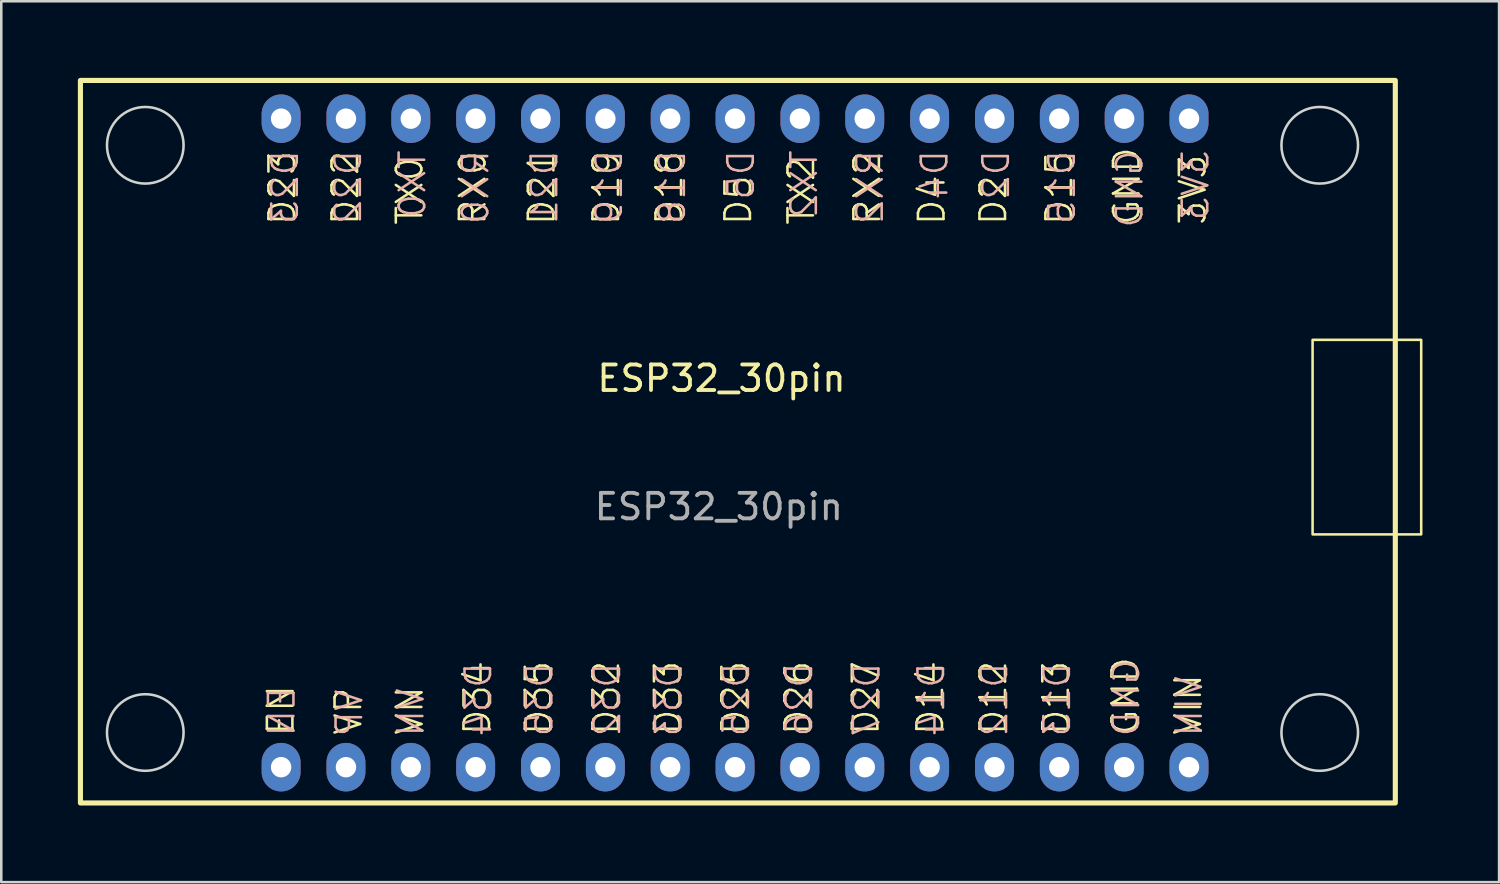
<source format=kicad_pcb>
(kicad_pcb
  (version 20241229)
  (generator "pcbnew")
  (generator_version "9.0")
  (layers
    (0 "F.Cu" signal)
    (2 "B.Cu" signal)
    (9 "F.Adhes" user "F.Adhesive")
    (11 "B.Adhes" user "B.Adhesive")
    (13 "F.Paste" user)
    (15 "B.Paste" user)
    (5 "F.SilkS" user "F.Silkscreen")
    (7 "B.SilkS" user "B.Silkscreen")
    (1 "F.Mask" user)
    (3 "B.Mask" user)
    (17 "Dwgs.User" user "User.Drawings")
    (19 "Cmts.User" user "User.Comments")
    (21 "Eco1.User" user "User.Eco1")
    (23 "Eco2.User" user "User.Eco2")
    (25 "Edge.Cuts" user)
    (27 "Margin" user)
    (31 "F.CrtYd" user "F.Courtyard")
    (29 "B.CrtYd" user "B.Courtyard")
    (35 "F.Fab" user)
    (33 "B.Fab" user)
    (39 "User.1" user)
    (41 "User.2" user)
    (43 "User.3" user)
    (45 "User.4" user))
  (footprint "ESP32_30pin"
    (layer "F.Cu")
    (at 25.5 14.07)
    (property "Reference" "ESP32_30pin" (at -0.29 -2.3 0) (unlocked yes) (layer "F.SilkS") (effects (font (size 1 1) (thickness 0.15))))
    (fp_rect (start -25.4 -13.97) (end 26.1 14.33) (stroke (width 0.2) (type default)) (fill no) (layer "F.SilkS"))
    (fp_rect (start 22.86 -3.81) (end 27.114 3.81) (stroke (width 0.1) (type default)) (fill no) (layer "F.SilkS"))
    (fp_circle (center -22.86 -11.43) (end -21.36 -11.43) (stroke (width 0.1) (type default)) (fill no) (layer "Edge.Cuts"))
    (fp_circle (center -22.86 11.57) (end -21.36 11.57) (stroke (width 0.1) (type default)) (fill no) (layer "Edge.Cuts"))
    (fp_circle (center 23.14 -11.43) (end 24.64 -11.43) (stroke (width 0.1) (type default)) (fill no) (layer "Edge.Cuts"))
    (fp_circle (center 23.14 11.57) (end 24.64 11.57) (stroke (width 0.1) (type default)) (fill no) (layer "Edge.Cuts"))
    (fp_text user "D23" (at -16.91 -8.24 90) (unlocked yes) (layer "F.SilkS") (effects (font (size 1 1) (thickness 0.1)) (justify left bottom)))
    (fp_text user "D5" (at 0.95 -8.24 90) (unlocked yes) (layer "F.SilkS") (effects (font (size 1 1) (thickness 0.1)) (justify left bottom)))
    (fp_text user "VP" (at -14.32 11.73 90) (unlocked yes) (layer "F.SilkS") (effects (font (size 1 1) (thickness 0.1)) (justify left bottom)))
    (fp_text user "D34" (at -9.27 11.73 90) (unlocked yes) (layer "F.SilkS") (effects (font (size 1 1) (thickness 0.1)) (justify left bottom)))
    (fp_text user "TX2" (at 3.42 -8.24 90) (unlocked yes) (layer "F.SilkS") (effects (font (size 1 1) (thickness 0.1)) (justify left bottom)))
    (fp_text user "RX0" (at -9.45 -8.24 90) (unlocked yes) (layer "F.SilkS") (effects (font (size 1 1) (thickness 0.1)) (justify left bottom)))
    (fp_text user "D21" (at -6.75 -8.24 90) (unlocked yes) (layer "F.SilkS") (effects (font (size 1 1) (thickness 0.1)) (justify left bottom)))
    (fp_text user "D25" (at 0.83 11.73 90) (unlocked yes) (layer "F.SilkS") (effects (font (size 1 1) (thickness 0.1)) (justify left bottom)))
    (fp_text user "D14" (at 8.47 11.73 90) (unlocked yes) (layer "F.SilkS") (effects (font (size 1 1) (thickness 0.1)) (justify left bottom)))
    (fp_text user "D26" (at 3.3 11.73 90) (unlocked yes) (layer "F.SilkS") (effects (font (size 1 1) (thickness 0.1)) (justify left bottom)))
    (fp_text user "D4" (at 8.53 -8.24 90) (unlocked yes) (layer "F.SilkS") (effects (font (size 1 1) (thickness 0.1)) (justify left bottom)))
    (fp_text user "D19" (at -4.22 -8.24 90) (unlocked yes) (layer "F.SilkS") (effects (font (size 1 1) (thickness 0.1)) (justify left bottom)))
    (fp_text user "D32" (at -4.22 11.73 90) (unlocked yes) (layer "F.SilkS") (effects (font (size 1 1) (thickness 0.1)) (justify left bottom)))
    (fp_text user "GND" (at 16.17 -8.24 90) (unlocked yes) (layer "F.SilkS") (effects (font (size 1 1) (thickness 0.1)) (justify left bottom)))
    (fp_text user "D35" (at -6.87 11.73 90) (unlocked yes) (layer "F.SilkS") (effects (font (size 1 1) (thickness 0.1)) (justify left bottom)))
    (fp_text user "EN" (at -16.97 11.73 90) (unlocked yes) (layer "F.SilkS") (effects (font (size 1 1) (thickness 0.1)) (justify left bottom)))
    (fp_text user "3V3" (at 18.75 -8.24 90) (unlocked yes) (layer "F.SilkS") (effects (font (size 1 1) (thickness 0.1)) (justify left bottom)))
    (fp_text user "D15" (at 13.52 -8.24 90) (unlocked yes) (layer "F.SilkS") (effects (font (size 1 1) (thickness 0.1)) (justify left bottom)))
    (fp_text user "D18" (at -1.75 -8.24 90) (unlocked yes) (layer "F.SilkS") (effects (font (size 1 1) (thickness 0.1)) (justify left bottom)))
    (fp_text user "RX2" (at 6 -8.24 90) (unlocked yes) (layer "F.SilkS") (effects (font (size 1 1) (thickness 0.1)) (justify left bottom)))
    (fp_text user "D13" (at 13.4 11.73 90) (unlocked yes) (layer "F.SilkS") (effects (font (size 1 1) (thickness 0.1)) (justify left bottom)))
    (fp_text user "D33" (at -1.81 11.73 90) (unlocked yes) (layer "F.SilkS") (effects (font (size 1 1) (thickness 0.1)) (justify left bottom)))
    (fp_text user "D2" (at 10.94 -8.24 90) (unlocked yes) (layer "F.SilkS") (effects (font (size 1 1) (thickness 0.1)) (justify left bottom)))
    (fp_text user "D22" (at -14.44 -8.24 90) (unlocked yes) (layer "F.SilkS") (effects (font (size 1 1) (thickness 0.1)) (justify left bottom)))
    (fp_text user "D27" (at 5.94 11.73 90) (unlocked yes) (layer "F.SilkS") (effects (font (size 1 1) (thickness 0.1)) (justify left bottom)))
    (fp_text user "D12" (at 10.94 11.73 90) (unlocked yes) (layer "F.SilkS") (effects (font (size 1 1) (thickness 0.1)) (justify left bottom)))
    (fp_text user "TX0" (at -11.92 -8.24 90) (unlocked yes) (layer "F.SilkS") (effects (font (size 1 1) (thickness 0.1)) (justify left bottom)))
    (fp_text user "VIN" (at 18.57 11.73 90) (unlocked yes) (layer "F.SilkS") (effects (font (size 1 1) (thickness 0.1)) (justify left bottom)))
    (fp_text user "GND" (at 16.11 11.73 90) (unlocked yes) (layer "F.SilkS") (effects (font (size 1 1) (thickness 0.1)) (justify left bottom)))
    (fp_text user "VN" (at -11.92 11.73 90) (unlocked yes) (layer "F.SilkS") (effects (font (size 1 1) (thickness 0.1)) (justify left bottom)))
    (fp_text user "D33" (at -1.77 8.763 90) (unlocked yes) (layer "B.SilkS") (effects (font (size 1 1) (thickness 0.1)) (justify left bottom mirror)))
    (fp_text user "D21" (at -6.64 -11.31 90) (unlocked yes) (layer "B.SilkS") (effects (font (size 1 1) (thickness 0.1)) (justify left bottom mirror)))
    (fp_text user "TX0" (at -11.81 -11.31 90) (unlocked yes) (layer "B.SilkS") (effects (font (size 1 1) (thickness 0.1)) (justify left bottom mirror)))
    (fp_text user "D22" (at -14.33 -11.31 90) (unlocked yes) (layer "B.SilkS") (effects (font (size 1 1) (thickness 0.1)) (justify left bottom mirror)))
    (fp_text user "D26" (at 3.34 8.763 90) (unlocked yes) (layer "B.SilkS") (effects (font (size 1 1) (thickness 0.1)) (justify left bottom mirror)))
    (fp_text user "D12" (at 10.98 8.763 90) (unlocked yes) (layer "B.SilkS") (effects (font (size 1 1) (thickness 0.1)) (justify left bottom mirror)))
    (fp_text user "GND" (at 16.15 8.62 90) (unlocked yes) (layer "B.SilkS") (effects (font (size 1 1) (thickness 0.1)) (justify left bottom mirror)))
    (fp_text user "D15" (at 13.63 -11.31 90) (unlocked yes) (layer "B.SilkS") (effects (font (size 1 1) (thickness 0.1)) (justify left bottom mirror)))
    (fp_text user "D2" (at 11.05 -11.31 90) (unlocked yes) (layer "B.SilkS") (effects (font (size 1 1) (thickness 0.1)) (justify left bottom mirror)))
    (fp_text user "TX2" (at 3.53 -11.31 90) (unlocked yes) (layer "B.SilkS") (effects (font (size 1 1) (thickness 0.1)) (justify left bottom mirror)))
    (fp_text user "D19" (at -4.11 -11.31 90) (unlocked yes) (layer "B.SilkS") (effects (font (size 1 1) (thickness 0.1)) (justify left bottom mirror)))
    (fp_text user "RX2" (at 6.11 -11.31 90) (unlocked yes) (layer "B.SilkS") (effects (font (size 1 1) (thickness 0.1)) (justify left bottom mirror)))
    (fp_text user "EN" (at -16.93 9.715 90) (unlocked yes) (layer "B.SilkS") (effects (font (size 1 1) (thickness 0.1)) (justify left bottom mirror)))
    (fp_text user "D5" (at 1.06 -11.31 90) (unlocked yes) (layer "B.SilkS") (effects (font (size 1 1) (thickness 0.1)) (justify left bottom mirror)))
    (fp_text user "VP" (at -14.28 9.81 90) (unlocked yes) (layer "B.SilkS") (effects (font (size 1 1) (thickness 0.1)) (justify left bottom mirror)))
    (fp_text user "GND" (at 16.28 -11.31 90) (unlocked yes) (layer "B.SilkS") (effects (font (size 1 1) (thickness 0.1)) (justify left bottom mirror)))
    (fp_text user "VN" (at -11.88 9.763 90) (unlocked yes) (layer "B.SilkS") (effects (font (size 1 1) (thickness 0.1)) (justify left bottom mirror)))
    (fp_text user "D18" (at -1.64 -11.31 90) (unlocked yes) (layer "B.SilkS") (effects (font (size 1 1) (thickness 0.1)) (justify left bottom mirror)))
    (fp_text user "D27" (at 5.98 8.763 90) (unlocked yes) (layer "B.SilkS") (effects (font (size 1 1) (thickness 0.1)) (justify left bottom mirror)))
    (fp_text user "D32" (at -4.18 8.763 90) (unlocked yes) (layer "B.SilkS") (effects (font (size 1 1) (thickness 0.1)) (justify left bottom mirror)))
    (fp_text user "D23" (at -16.8 -11.31 90) (unlocked yes) (layer "B.SilkS") (effects (font (size 1 1) (thickness 0.1)) (justify left bottom mirror)))
    (fp_text user "D35" (at -6.83 8.763 90) (unlocked yes) (layer "B.SilkS") (effects (font (size 1 1) (thickness 0.1)) (justify left bottom mirror)))
    (fp_text user "RX0" (at -9.34 -11.31 90) (unlocked yes) (layer "B.SilkS") (effects (font (size 1 1) (thickness 0.1)) (justify left bottom mirror)))
    (fp_text user "D14" (at 8.51 8.763 90) (unlocked yes) (layer "B.SilkS") (effects (font (size 1 1) (thickness 0.1)) (justify left bottom mirror)))
    (fp_text user "D4" (at 8.64 -11.31 90) (unlocked yes) (layer "B.SilkS") (effects (font (size 1 1) (thickness 0.1)) (justify left bottom mirror)))
    (fp_text user "VIN" (at 18.61 9.287 90) (unlocked yes) (layer "B.SilkS") (effects (font (size 1 1) (thickness 0.1)) (justify left bottom mirror)))
    (fp_text user "D13" (at 13.44 8.763 90) (unlocked yes) (layer "B.SilkS") (effects (font (size 1 1) (thickness 0.1)) (justify left bottom mirror)))
    (fp_text user "D34" (at -9.23 8.763 90) (unlocked yes) (layer "B.SilkS") (effects (font (size 1 1) (thickness 0.1)) (justify left bottom mirror)))
    (fp_text user "D25" (at 0.87 8.763 90) (unlocked yes) (layer "B.SilkS") (effects (font (size 1 1) (thickness 0.1)) (justify left bottom mirror)))
    (fp_text user "3V3" (at 18.86 -11.31 90) (unlocked yes) (layer "B.SilkS") (effects (font (size 1 1) (thickness 0.1)) (justify left bottom mirror)))
    (fp_text user "${REFERENCE}" (at -0.395 2.728 0) (unlocked yes) (layer "F.Fab") (effects (font (size 1 1) (thickness 0.15))))
    (pad "1" thru_hole oval (at 18.02 12.928) (size 1.524 1.9) (drill 0.8) (layers "*.Cu" "*.Mask"))
    (pad "2" thru_hole oval (at 15.48 12.928) (size 1.524 1.9) (drill 0.8) (layers "*.Cu" "*.Mask"))
    (pad "3" thru_hole oval (at 12.94 12.928) (size 1.524 1.9) (drill 0.8) (layers "*.Cu" "*.Mask"))
    (pad "4" thru_hole oval (at 10.4 12.928) (size 1.524 1.9) (drill 0.8) (layers "*.Cu" "*.Mask"))
    (pad "5" thru_hole oval (at 7.86 12.928) (size 1.524 1.9) (drill 0.8) (layers "*.Cu" "*.Mask"))
    (pad "6" thru_hole oval (at 5.32 12.928) (size 1.524 1.9) (drill 0.8) (layers "*.Cu" "*.Mask"))
    (pad "7" thru_hole oval (at 2.78 12.928) (size 1.524 1.9) (drill 0.8) (layers "*.Cu" "*.Mask"))
    (pad "8" thru_hole oval (at 0.24 12.928) (size 1.524 1.9) (drill 0.8) (layers "*.Cu" "*.Mask"))
    (pad "9" thru_hole oval (at -2.3 12.928) (size 1.524 1.9) (drill 0.8) (layers "*.Cu" "*.Mask"))
    (pad "10" thru_hole oval (at -4.84 12.928) (size 1.524 1.9) (drill 0.8) (layers "*.Cu" "*.Mask"))
    (pad "11" thru_hole oval (at -7.38 12.928) (size 1.524 1.9) (drill 0.8) (layers "*.Cu" "*.Mask"))
    (pad "12" thru_hole oval (at -9.92 12.928) (size 1.524 1.9) (drill 0.8) (layers "*.Cu" "*.Mask"))
    (pad "13" thru_hole oval (at -12.46 12.928) (size 1.524 1.9) (drill 0.8) (layers "*.Cu" "*.Mask"))
    (pad "14" thru_hole oval (at -15 12.928) (size 1.524 1.9) (drill 0.8) (layers "*.Cu" "*.Mask"))
    (pad "15" thru_hole oval (at -17.54 12.928) (size 1.524 1.9) (drill 0.8) (layers "*.Cu" "*.Mask"))
    (pad "16" thru_hole oval (at 18.02 -12.472) (size 1.524 1.9) (drill 0.8) (layers "*.Cu" "*.Mask"))
    (pad "17" thru_hole oval (at 15.48 -12.472) (size 1.524 1.9) (drill 0.8) (layers "*.Cu" "*.Mask"))
    (pad "18" thru_hole oval (at 12.94 -12.472) (size 1.524 1.9) (drill 0.8) (layers "*.Cu" "*.Mask"))
    (pad "19" thru_hole oval (at 10.4 -12.472) (size 1.524 1.9) (drill 0.8) (layers "*.Cu" "*.Mask"))
    (pad "20" thru_hole oval (at 7.86 -12.472) (size 1.524 1.9) (drill 0.8) (layers "*.Cu" "*.Mask"))
    (pad "21" thru_hole oval (at 5.32 -12.472) (size 1.524 1.9) (drill 0.8) (layers "*.Cu" "*.Mask"))
    (pad "22" thru_hole oval (at 2.78 -12.472) (size 1.524 1.9) (drill 0.8) (layers "*.Cu" "*.Mask"))
    (pad "23" thru_hole oval (at 0.24 -12.472) (size 1.524 1.9) (drill 0.8) (layers "*.Cu" "*.Mask"))
    (pad "24" thru_hole oval (at -2.3 -12.472) (size 1.524 1.9) (drill 0.8) (layers "*.Cu" "*.Mask"))
    (pad "25" thru_hole oval (at -4.84 -12.472) (size 1.524 1.9) (drill 0.8) (layers "*.Cu" "*.Mask"))
    (pad "26" thru_hole oval (at -7.38 -12.472) (size 1.524 1.9) (drill 0.8) (layers "*.Cu" "*.Mask"))
    (pad "27" thru_hole oval (at -9.92 -12.472) (size 1.524 1.9) (drill 0.8) (layers "*.Cu" "*.Mask"))
    (pad "28" thru_hole oval (at -12.46 -12.472) (size 1.524 1.9) (drill 0.8) (layers "*.Cu" "*.Mask"))
    (pad "29" thru_hole oval (at -15 -12.472) (size 1.524 1.9) (drill 0.8) (layers "*.Cu" "*.Mask"))
    (pad "30" thru_hole oval (at -17.54 -12.472) (size 1.524 1.9) (drill 0.8) (layers "*.Cu" "*.Mask")))
  (gr_rect
    (start -3 -3)
    (end 55.664 31.5)
    (stroke (width 0.1) (type default))
    (fill no)
    (layer "Edge.Cuts")))
</source>
